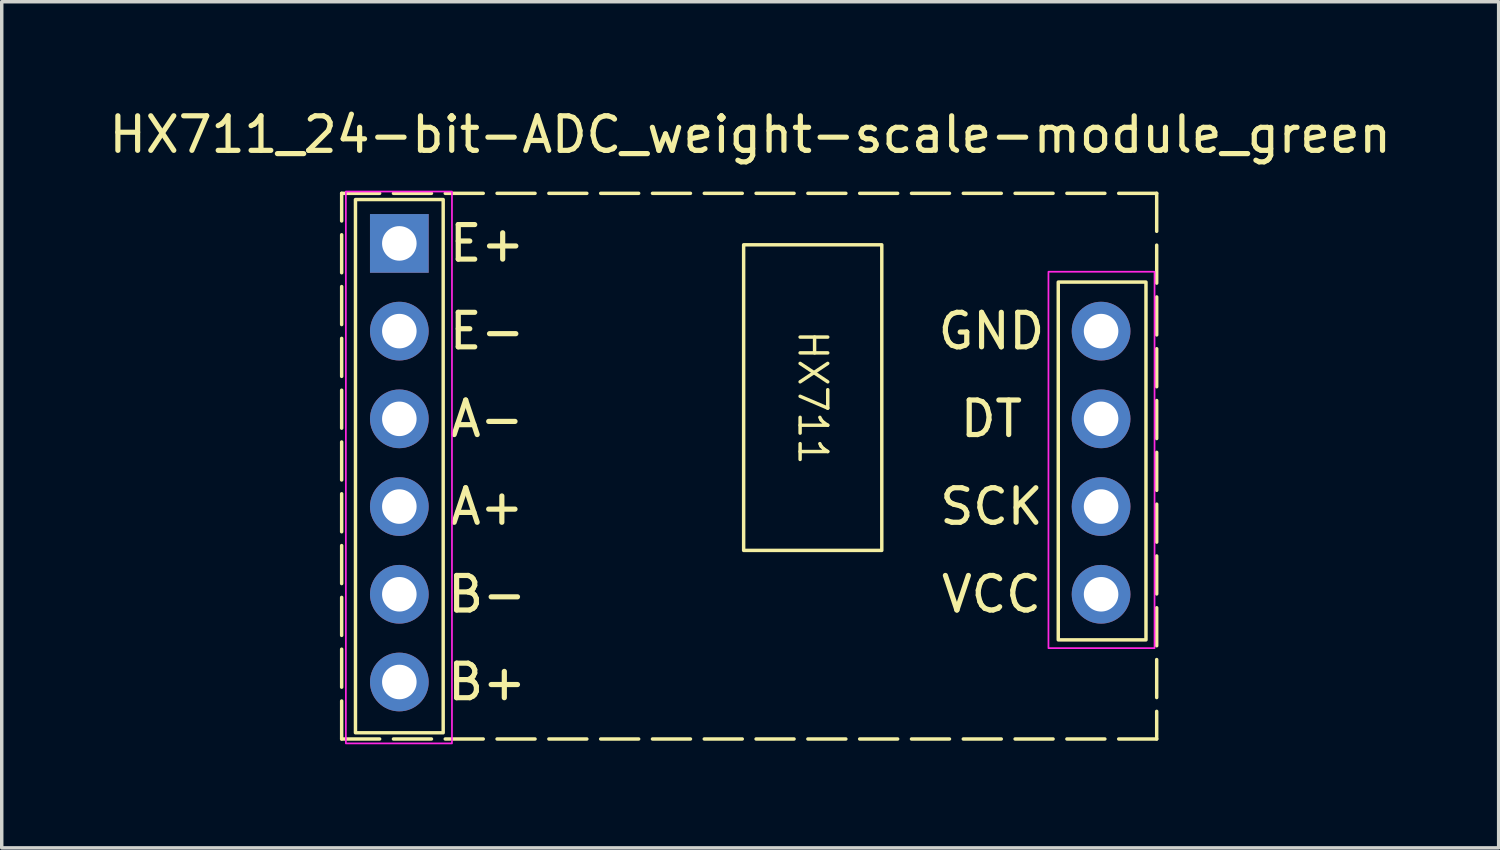
<source format=kicad_pcb>
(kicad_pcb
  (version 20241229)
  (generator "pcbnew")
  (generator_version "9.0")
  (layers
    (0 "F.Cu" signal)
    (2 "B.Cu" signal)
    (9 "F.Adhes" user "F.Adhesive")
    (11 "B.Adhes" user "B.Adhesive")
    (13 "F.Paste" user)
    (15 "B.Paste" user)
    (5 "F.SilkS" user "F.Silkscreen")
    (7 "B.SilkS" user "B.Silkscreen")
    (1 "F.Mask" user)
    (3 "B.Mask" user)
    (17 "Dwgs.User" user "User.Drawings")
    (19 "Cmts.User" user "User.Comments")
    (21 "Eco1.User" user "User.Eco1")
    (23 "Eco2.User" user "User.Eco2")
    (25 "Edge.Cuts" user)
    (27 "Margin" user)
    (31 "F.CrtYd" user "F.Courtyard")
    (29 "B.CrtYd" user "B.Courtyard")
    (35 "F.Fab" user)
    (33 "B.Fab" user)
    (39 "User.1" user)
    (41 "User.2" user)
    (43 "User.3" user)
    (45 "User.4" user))
  (footprint "HX711_24-bit-ADC_weight-scale-module_green"
    (layer "F.Cu")
    (at 18.673 10.348)
    (property "Reference" "HX711_24-bit-ADC_weight-scale-module_green" (at 0 -9.5 0) (layer "F.SilkS") (effects (font (size 1 1) (thickness 0.15))))
    (attr through_hole)
    (fp_rect (start -11.83 -7.8) (end 11.77 8) (stroke (width 0.1) (type dash)) (fill no) (layer "F.SilkS"))
    (fp_rect (start -11.43 -7.62) (end -8.89 7.82) (stroke (width 0.1) (type default)) (fill no) (layer "F.SilkS"))
    (fp_rect (start -0.19 -6.31) (end 3.81 2.54) (stroke (width 0.1) (type default)) (fill no) (layer "F.SilkS"))
    (fp_rect (start 8.92 -5.23) (end 11.46 5.13) (stroke (width 0.1) (type default)) (fill no) (layer "F.SilkS"))
    (fp_rect (start -11.708 -7.852) (end -8.636 8.128) (stroke (width 0.05) (type default)) (fill no) (layer "F.CrtYd"))
    (fp_rect (start 8.636 -5.53) (end 11.708 5.37) (stroke (width 0.05) (type default)) (fill no) (layer "F.CrtYd"))
    (fp_text user "B+" (at -7.62 6.35 0) (unlocked yes) (layer "F.SilkS") (effects (font (size 1 1) (thickness 0.15))))
    (fp_text user "E+" (at -7.62 -6.35 0) (unlocked yes) (layer "F.SilkS") (effects (font (size 1 1) (thickness 0.15))))
    (fp_text user "VCC" (at 6.985 3.81 0) (unlocked yes) (layer "F.SilkS") (effects (font (size 1 1) (thickness 0.15))))
    (fp_text user "SCK" (at 6.985 1.27 0) (unlocked yes) (layer "F.SilkS") (effects (font (size 1 1) (thickness 0.15))))
    (fp_text user "DT" (at 6.985 -1.27 0) (unlocked yes) (layer "F.SilkS") (effects (font (size 1 1) (thickness 0.15))))
    (fp_text user "GND" (at 6.985 -3.81 0) (unlocked yes) (layer "F.SilkS") (effects (font (size 1 1) (thickness 0.15))))
    (fp_text user "A-" (at -7.62 -1.27 0) (unlocked yes) (layer "F.SilkS") (effects (font (size 1 1) (thickness 0.15))))
    (fp_text user "HX711" (at 1.81 -1.885 270) (unlocked yes) (layer "F.SilkS") (effects (font (size 0.8 0.8) (thickness 0.1))))
    (fp_text user "B-" (at -7.62 3.81 0) (unlocked yes) (layer "F.SilkS") (effects (font (size 1 1) (thickness 0.15))))
    (fp_text user "A+" (at -7.62 1.27 0) (unlocked yes) (layer "F.SilkS") (effects (font (size 1 1) (thickness 0.15))))
    (fp_text user "E-" (at -7.62 -3.81 0) (unlocked yes) (layer "F.SilkS") (effects (font (size 1 1) (thickness 0.15))))
    (pad "1" thru_hole rect (at -10.16 -6.35) (size 1.7 1.7) (drill 1) (layers "*.Cu" "*.Mask"))
    (pad "2" thru_hole circle (at -10.16 -3.81) (size 1.7 1.7) (drill 1) (layers "*.Cu" "*.Mask"))
    (pad "3" thru_hole circle (at -10.16 -1.27) (size 1.7 1.7) (drill 1) (layers "*.Cu" "*.Mask"))
    (pad "4" thru_hole circle (at -10.16 1.27) (size 1.7 1.7) (drill 1) (layers "*.Cu" "*.Mask"))
    (pad "5" thru_hole circle (at -10.16 3.81) (size 1.7 1.7) (drill 1) (layers "*.Cu" "*.Mask"))
    (pad "6" thru_hole circle (at -10.16 6.35) (size 1.7 1.7) (drill 1) (layers "*.Cu" "*.Mask"))
    (pad "7" thru_hole circle (at 10.16 3.81) (size 1.7 1.7) (drill 1) (layers "*.Cu" "*.Mask"))
    (pad "8" thru_hole circle (at 10.16 1.27) (size 1.7 1.7) (drill 1) (layers "*.Cu" "*.Mask"))
    (pad "9" thru_hole circle (at 10.16 -1.27) (size 1.7 1.7) (drill 1) (layers "*.Cu" "*.Mask"))
    (pad "10" thru_hole circle (at 10.16 -3.81) (size 1.7 1.7) (drill 1) (layers "*.Cu" "*.Mask")))
  (gr_rect
    (start -3 -3)
    (end 40.345 21.501)
    (stroke (width 0.1) (type default))
    (fill no)
    (layer "Edge.Cuts")))
</source>
